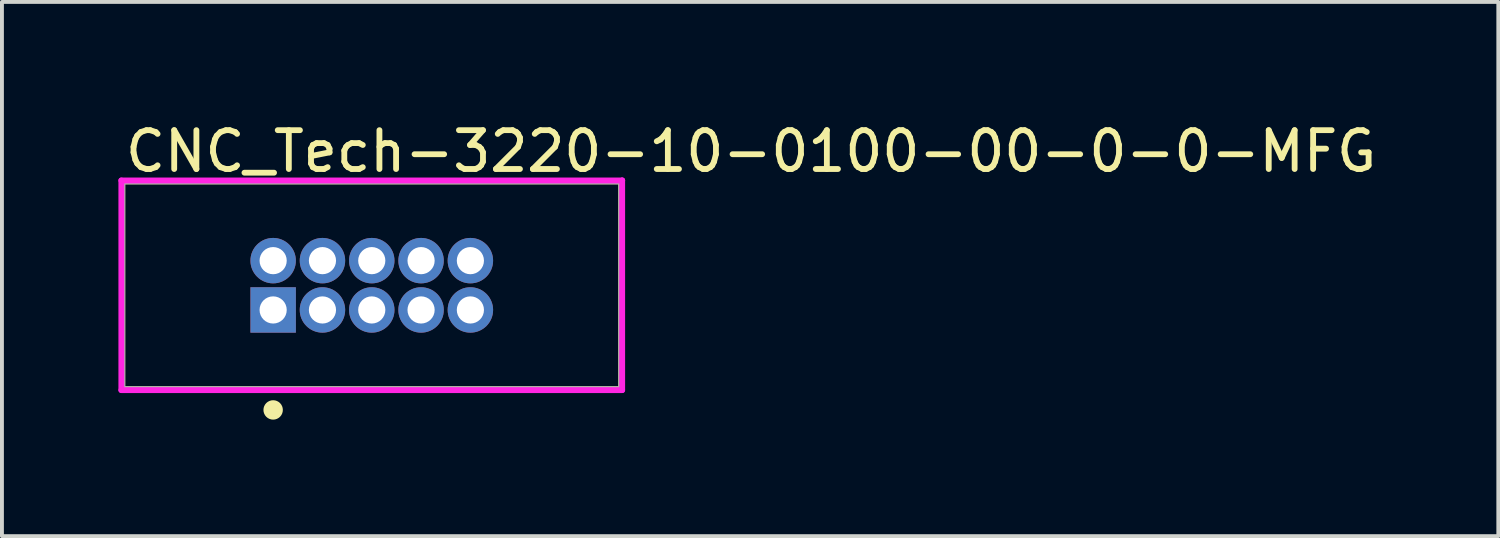
<source format=kicad_pcb>
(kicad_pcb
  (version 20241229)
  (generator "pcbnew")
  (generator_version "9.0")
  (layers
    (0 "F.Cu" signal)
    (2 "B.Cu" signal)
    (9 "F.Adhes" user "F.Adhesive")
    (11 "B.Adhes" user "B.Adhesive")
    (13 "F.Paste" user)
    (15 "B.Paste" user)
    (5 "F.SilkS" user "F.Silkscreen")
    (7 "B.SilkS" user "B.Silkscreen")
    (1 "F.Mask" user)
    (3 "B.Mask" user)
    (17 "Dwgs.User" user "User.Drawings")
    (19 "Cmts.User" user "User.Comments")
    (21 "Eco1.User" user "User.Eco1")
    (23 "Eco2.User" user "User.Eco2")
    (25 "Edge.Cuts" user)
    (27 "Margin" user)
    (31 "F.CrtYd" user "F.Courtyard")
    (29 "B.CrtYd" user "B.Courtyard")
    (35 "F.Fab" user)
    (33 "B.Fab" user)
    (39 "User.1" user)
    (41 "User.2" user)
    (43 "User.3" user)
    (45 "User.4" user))
  (footprint "CNC_Tech-3220-10-0100-00-0-0-MFG"
    (layer "F.Cu")
    (at 6.525 4.298)
    (property "Reference" "CNC_Tech-3220-10-0100-00-0-0-MFG" (at -6.425 -3.45 0) (layer "F.SilkS") (effects (font (size 1 1) (thickness 0.15)) (justify left)))
    (attr through_hole)
    (fp_line (start -6.425 -2.675) (end 6.425 -2.675) (stroke (width 0.15) (type solid)) (layer "F.SilkS"))
    (fp_line (start -6.425 2.675) (end -6.425 -2.675) (stroke (width 0.15) (type solid)) (layer "F.SilkS"))
    (fp_line (start -6.425 2.675) (end 6.425 2.675) (stroke (width 0.15) (type solid)) (layer "F.SilkS"))
    (fp_line (start 6.425 2.675) (end 6.425 -2.675) (stroke (width 0.15) (type solid)) (layer "F.SilkS"))
    (fp_circle (center -2.54 3.21) (end -2.415 3.21) (stroke (width 0.25) (type solid)) (fill no) (layer "F.SilkS"))
    (fp_line (start -6.45 -2.7) (end -6.45 2.7) (stroke (width 0.15) (type solid)) (layer "F.CrtYd"))
    (fp_line (start -6.45 2.7) (end 6.45 2.7) (stroke (width 0.15) (type solid)) (layer "F.CrtYd"))
    (fp_line (start 6.45 -2.7) (end -6.45 -2.7) (stroke (width 0.15) (type solid)) (layer "F.CrtYd"))
    (fp_line (start 6.45 -2.7) (end 6.45 -2.7) (stroke (width 0.15) (type solid)) (layer "F.CrtYd"))
    (fp_line (start 6.45 2.7) (end 6.45 -2.7) (stroke (width 0.15) (type solid)) (layer "F.CrtYd"))
    (fp_line (start -6.425 -2.675) (end 6.425 -2.675) (stroke (width 0.15) (type solid)) (layer "F.Fab"))
    (fp_line (start -6.425 2.675) (end -6.425 -2.675) (stroke (width 0.15) (type solid)) (layer "F.Fab"))
    (fp_line (start 6.425 -2.675) (end 6.425 2.675) (stroke (width 0.15) (type solid)) (layer "F.Fab"))
    (fp_line (start 6.425 2.675) (end -6.425 2.675) (stroke (width 0.15) (type solid)) (layer "F.Fab"))
    (pad "1" thru_hole rect (at -2.54 0.635) (size 1.17 1.17) (drill 0.7) (layers "*.Cu"))
    (pad "2" thru_hole circle (at -2.54 -0.635) (size 1.17 1.17) (drill 0.7) (layers "*.Cu"))
    (pad "3" thru_hole circle (at -1.27 0.635) (size 1.17 1.17) (drill 0.7) (layers "*.Cu"))
    (pad "4" thru_hole circle (at -1.27 -0.635) (size 1.17 1.17) (drill 0.7) (layers "*.Cu"))
    (pad "5" thru_hole circle (at 0 0.635) (size 1.17 1.17) (drill 0.7) (layers "*.Cu"))
    (pad "6" thru_hole circle (at 0 -0.635) (size 1.17 1.17) (drill 0.7) (layers "*.Cu"))
    (pad "7" thru_hole circle (at 1.27 0.635) (size 1.17 1.17) (drill 0.7) (layers "*.Cu"))
    (pad "8" thru_hole circle (at 1.27 -0.635) (size 1.17 1.17) (drill 0.7) (layers "*.Cu"))
    (pad "9" thru_hole circle (at 2.54 0.635) (size 1.17 1.17) (drill 0.7) (layers "*.Cu"))
    (pad "10" thru_hole circle (at 2.54 -0.635) (size 1.17 1.17) (drill 0.7) (layers "*.Cu")))
  (gr_rect
    (start -3 -3)
    (end 35.54 10.758)
    (stroke (width 0.1) (type default))
    (fill no)
    (layer "Edge.Cuts")))
</source>
